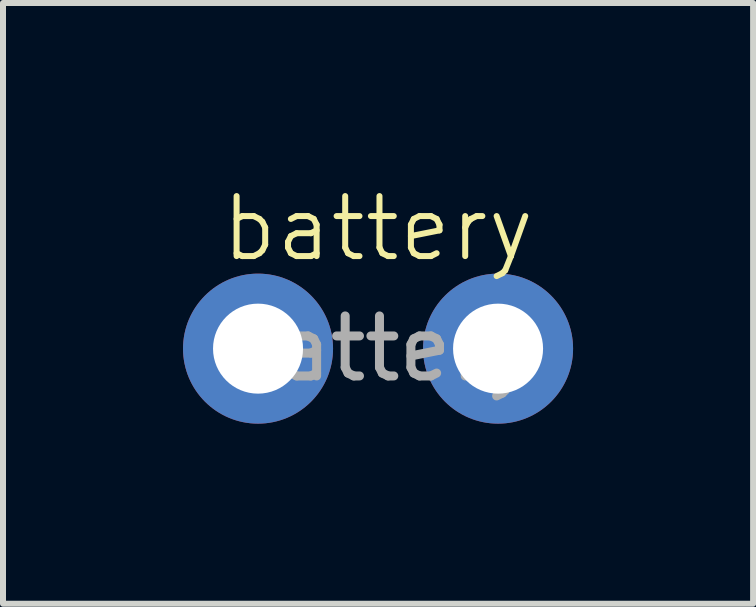
<source format=kicad_pcb>
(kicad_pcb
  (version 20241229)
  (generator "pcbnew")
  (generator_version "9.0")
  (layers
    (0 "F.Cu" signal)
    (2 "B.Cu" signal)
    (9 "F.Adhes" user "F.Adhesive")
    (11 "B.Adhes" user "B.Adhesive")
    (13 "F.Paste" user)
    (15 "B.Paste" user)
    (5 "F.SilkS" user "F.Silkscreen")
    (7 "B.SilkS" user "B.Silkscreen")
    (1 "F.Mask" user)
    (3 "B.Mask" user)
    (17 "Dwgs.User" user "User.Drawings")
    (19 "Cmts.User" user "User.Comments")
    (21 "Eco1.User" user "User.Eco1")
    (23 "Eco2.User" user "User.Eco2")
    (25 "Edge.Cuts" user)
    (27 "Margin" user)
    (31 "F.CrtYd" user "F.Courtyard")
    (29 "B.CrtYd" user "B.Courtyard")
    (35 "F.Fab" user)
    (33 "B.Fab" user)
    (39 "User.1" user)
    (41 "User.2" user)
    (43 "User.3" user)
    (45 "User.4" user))
  (footprint "battery"
    (layer "F.Cu")
    (at 3.25 2.76)
    (property "Reference" "battery" (at 0 -2 0) (unlocked yes) (layer "F.SilkS") (effects (font (size 1 1) (thickness 0.1))))
    (attr through_hole)
    (fp_text user "${REFERENCE}" (at 0 0 0) (unlocked yes) (layer "F.Fab") (effects (font (size 1 1) (thickness 0.15))))
    (pad "1" thru_hole oval (at -2 0 90) (size 2.5 2.5) (drill 1.5) (layers "*.Cu" "*.Mask"))
    (pad "2" thru_hole oval (at 2 0 90) (size 2.5 2.5) (drill 1.5) (layers "*.Cu" "*.Mask")))
  (gr_rect
    (start -3 -3)
    (end 9.5 7.011)
    (stroke (width 0.1) (type default))
    (fill no)
    (layer "Edge.Cuts")))
</source>
